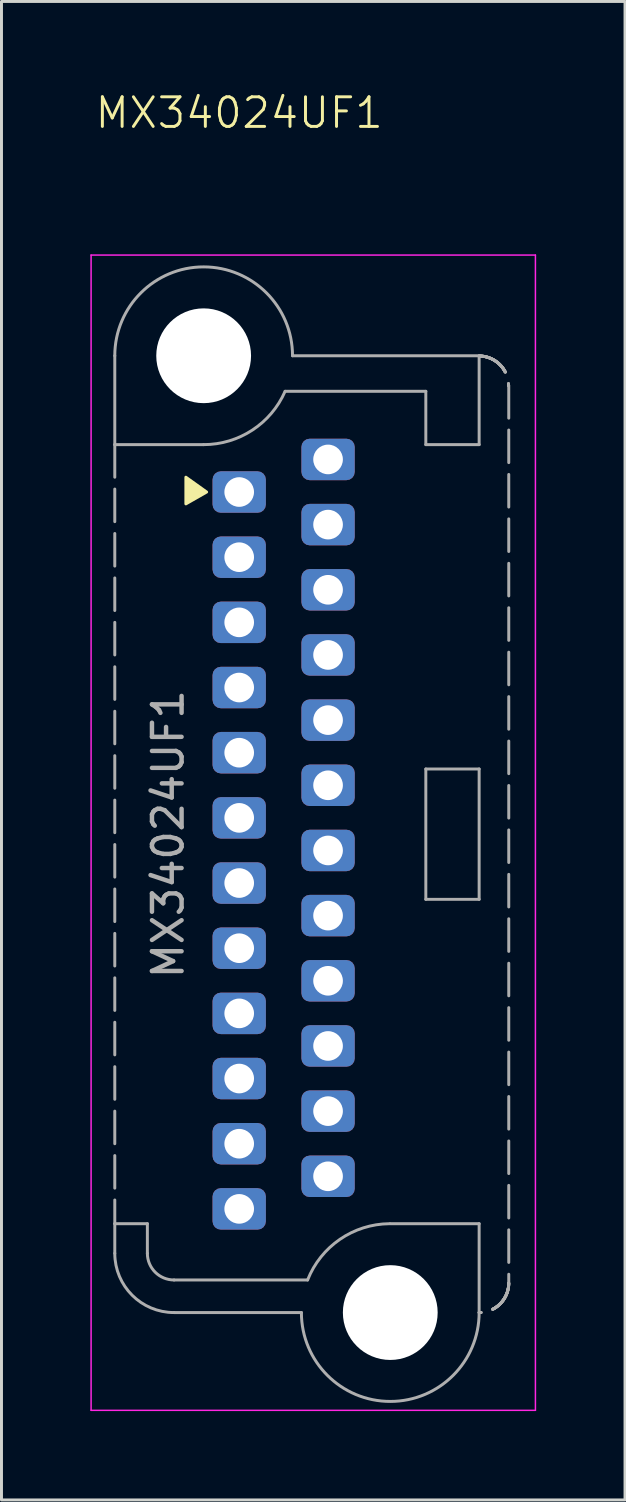
<source format=kicad_pcb>
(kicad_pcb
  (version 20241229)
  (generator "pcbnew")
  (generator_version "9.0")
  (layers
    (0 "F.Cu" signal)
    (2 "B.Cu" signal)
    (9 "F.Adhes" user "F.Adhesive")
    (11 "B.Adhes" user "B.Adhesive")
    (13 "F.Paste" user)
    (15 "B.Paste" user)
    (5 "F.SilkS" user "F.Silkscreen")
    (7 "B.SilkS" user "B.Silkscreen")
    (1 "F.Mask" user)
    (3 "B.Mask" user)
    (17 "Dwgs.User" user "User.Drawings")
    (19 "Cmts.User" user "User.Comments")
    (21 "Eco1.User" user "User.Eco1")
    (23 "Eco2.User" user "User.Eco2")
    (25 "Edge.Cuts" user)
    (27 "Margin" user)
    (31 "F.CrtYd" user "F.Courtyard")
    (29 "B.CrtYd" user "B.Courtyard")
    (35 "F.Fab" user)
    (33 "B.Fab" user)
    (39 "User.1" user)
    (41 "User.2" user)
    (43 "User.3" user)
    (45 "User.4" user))
  (footprint "MX34024UF1"
    (layer "F.Cu")
    (at 5.025 13.56)
    (property "Reference" "MX34024UF1" (at 0 -12.8 0) (unlocked yes) (layer "F.SilkS") (effects (font (size 1 1) (thickness 0.1))))
    (attr through_hole)
    (fp_poly (pts (xy -1.1 0) (xy -1.8 -0.5) (xy -1.8 0.4)) (stroke (width 0.1) (type solid)) (fill yes) (layer "F.SilkS"))
    (fp_line (start -5 -8) (end 10 -8) (stroke (width 0.05) (type default)) (layer "F.CrtYd"))
    (fp_line (start -5 31) (end -5 -8) (stroke (width 0.05) (type default)) (layer "F.CrtYd"))
    (fp_line (start 10 -8) (end 10 31) (stroke (width 0.05) (type default)) (layer "F.CrtYd"))
    (fp_line (start 10 31) (end -5 31) (stroke (width 0.05) (type default)) (layer "F.CrtYd"))
    (fp_line (start -4.2 -4.6) (end -4.2 -1.6) (stroke (width 0.1) (type default)) (layer "F.Fab"))
    (fp_line (start -4.2 -1.6) (end -4.2 24.7) (stroke (width 0.1) (type dash)) (layer "F.Fab"))
    (fp_line (start -4.2 -1.6) (end -1.2 -1.6) (stroke (width 0.1) (type default)) (layer "F.Fab"))
    (fp_line (start -4.2 24.7) (end -4.2 25.7) (stroke (width 0.1) (type solid)) (layer "F.Fab"))
    (fp_line (start -3.1 24.7) (end -4.2 24.7) (stroke (width 0.1) (type solid)) (layer "F.Fab"))
    (fp_line (start -3.1 24.7) (end -3.1 25.7) (stroke (width 0.1) (type solid)) (layer "F.Fab"))
    (fp_line (start 1.8 -4.6) (end 8.1 -4.6) (stroke (width 0.1) (type default)) (layer "F.Fab"))
    (fp_line (start 2.1 27.7) (end -2.2 27.7) (stroke (width 0.1) (type solid)) (layer "F.Fab"))
    (fp_line (start 2.309 26.6) (end -2.2 26.6) (stroke (width 0.1) (type solid)) (layer "F.Fab"))
    (fp_line (start 6.3 -3.4) (end 1.55 -3.4) (stroke (width 0.1) (type default)) (layer "F.Fab"))
    (fp_line (start 6.3 -3.4) (end 6.3 -1.6) (stroke (width 0.1) (type default)) (layer "F.Fab"))
    (fp_line (start 6.3 9.35) (end 8.1 9.35) (stroke (width 0.1) (type default)) (layer "F.Fab"))
    (fp_line (start 6.3 13.75) (end 6.3 9.35) (stroke (width 0.1) (type default)) (layer "F.Fab"))
    (fp_line (start 8.1 -4.6) (end 8.1 -1.6) (stroke (width 0.1) (type default)) (layer "F.Fab"))
    (fp_line (start 8.1 -1.6) (end 6.3 -1.6) (stroke (width 0.1) (type default)) (layer "F.Fab"))
    (fp_line (start 8.1 9.35) (end 8.1 13.75) (stroke (width 0.1) (type default)) (layer "F.Fab"))
    (fp_line (start 8.1 13.75) (end 6.3 13.75) (stroke (width 0.1) (type default)) (layer "F.Fab"))
    (fp_line (start 8.1 24.7) (end 5.1 24.7) (stroke (width 0.1) (type solid)) (layer "F.Fab"))
    (fp_line (start 8.1 27.7) (end 8.1 24.7) (stroke (width 0.1) (type solid)) (layer "F.Fab"))
    (fp_line (start 9.1 -3.593) (end 9.1 26.7) (stroke (width 0.1) (type dash)) (layer "F.Fab"))
    (fp_arc (start -4.2 -4.6) (mid -1.2 -7.6) (end 1.8 -4.6) (stroke (width 0.1) (type default)) (layer "F.Fab"))
    (fp_arc (start -2.2 26.6) (mid -2.836396 26.336396) (end -3.1 25.7) (stroke (width 0.1) (type solid)) (layer "F.Fab"))
    (fp_arc (start -2.2 27.7) (mid -3.614214 27.114214) (end -4.2 25.7) (stroke (width 0.1) (type solid)) (layer "F.Fab"))
    (fp_arc (start 1.549545 -3.4) (mid 0.443167 -2.09002) (end -1.2 -1.6) (stroke (width 0.1) (type default)) (layer "F.Fab"))
    (fp_arc (start 2.308944 26.6) (mid 3.401222 25.22732) (end 5.074354 24.700111) (stroke (width 0.1) (type solid)) (layer "F.Fab"))
    (fp_arc (start 8.092893 -4.592893) (mid 8.8 -4.3) (end 9.092893 -3.592893) (stroke (width 0.1) (type dash)) (layer "F.Fab"))
    (fp_arc (start 8.1 27.7) (mid 5.1 30.7) (end 2.1 27.7) (stroke (width 0.1) (type default)) (layer "F.Fab"))
    (fp_arc (start 9.1 26.7) (mid 8.807107 27.407107) (end 8.1 27.7) (stroke (width 0.1) (type dash)) (layer "F.Fab"))
    (fp_text user "${REFERENCE}" (at -2.4 11.55 90) (unlocked yes) (layer "F.Fab") (effects (font (size 1 1) (thickness 0.15))))
    (pad "" np_thru_hole circle (at -1.2 -4.6) (size 3.2 3.2) (drill 3.2) (layers "*.Cu" "*.Mask"))
    (pad "" np_thru_hole circle (at 5.1 27.7) (size 3.2 3.2) (drill 3.2) (layers "*.Cu" "*.Mask"))
    (pad "1" thru_hole roundrect (at 0 0) (size 1.8 1.4) (drill 1) (layers "*.Cu" "*.Mask") (roundrect_rratio 0.2))
    (pad "2" thru_hole roundrect (at 0 2.2) (size 1.8 1.4) (drill 1) (layers "*.Cu" "*.Mask") (roundrect_rratio 0.2))
    (pad "3" thru_hole roundrect (at 0 4.4) (size 1.8 1.4) (drill 1) (layers "*.Cu" "*.Mask") (roundrect_rratio 0.2))
    (pad "4" thru_hole roundrect (at 0 6.6) (size 1.8 1.4) (drill 1) (layers "*.Cu" "*.Mask") (roundrect_rratio 0.2))
    (pad "5" thru_hole roundrect (at 0 8.8) (size 1.8 1.4) (drill 1) (layers "*.Cu" "*.Mask") (roundrect_rratio 0.2))
    (pad "6" thru_hole roundrect (at 0 11) (size 1.8 1.4) (drill 1) (layers "*.Cu" "*.Mask") (roundrect_rratio 0.2))
    (pad "7" thru_hole roundrect (at 0 13.2) (size 1.8 1.4) (drill 1) (layers "*.Cu" "*.Mask") (roundrect_rratio 0.2))
    (pad "8" thru_hole roundrect (at 0 15.4) (size 1.8 1.4) (drill 1) (layers "*.Cu" "*.Mask") (roundrect_rratio 0.2))
    (pad "9" thru_hole roundrect (at 0 17.6) (size 1.8 1.4) (drill 1) (layers "*.Cu" "*.Mask") (roundrect_rratio 0.2))
    (pad "10" thru_hole roundrect (at 0 19.8) (size 1.8 1.4) (drill 1) (layers "*.Cu" "*.Mask") (roundrect_rratio 0.2))
    (pad "11" thru_hole roundrect (at 0 22) (size 1.8 1.4) (drill 1) (layers "*.Cu" "*.Mask") (roundrect_rratio 0.2))
    (pad "12" thru_hole roundrect (at 0 24.2) (size 1.8 1.4) (drill 1) (layers "*.Cu" "*.Mask") (roundrect_rratio 0.2))
    (pad "13" thru_hole roundrect (at 3 -1.1) (size 1.8 1.4) (drill 1) (layers "*.Cu" "*.Mask") (roundrect_rratio 0.2))
    (pad "14" thru_hole roundrect (at 3 1.1) (size 1.8 1.4) (drill 1) (layers "*.Cu" "*.Mask") (roundrect_rratio 0.2))
    (pad "15" thru_hole roundrect (at 3 3.3) (size 1.8 1.4) (drill 1) (layers "*.Cu" "*.Mask") (roundrect_rratio 0.2))
    (pad "16" thru_hole roundrect (at 3 5.5) (size 1.8 1.4) (drill 1) (layers "*.Cu" "*.Mask") (roundrect_rratio 0.2))
    (pad "17" thru_hole roundrect (at 3 7.7) (size 1.8 1.4) (drill 1) (layers "*.Cu" "*.Mask") (roundrect_rratio 0.2))
    (pad "18" thru_hole roundrect (at 3 9.9) (size 1.8 1.4) (drill 1) (layers "*.Cu" "*.Mask") (roundrect_rratio 0.2))
    (pad "19" thru_hole roundrect (at 3 12.1) (size 1.8 1.4) (drill 1) (layers "*.Cu" "*.Mask") (roundrect_rratio 0.2))
    (pad "20" thru_hole roundrect (at 3 14.3) (size 1.8 1.4) (drill 1) (layers "*.Cu" "*.Mask") (roundrect_rratio 0.2))
    (pad "21" thru_hole roundrect (at 3 16.5) (size 1.8 1.4) (drill 1) (layers "*.Cu" "*.Mask") (roundrect_rratio 0.2))
    (pad "22" thru_hole roundrect (at 3 18.7) (size 1.8 1.4) (drill 1) (layers "*.Cu" "*.Mask") (roundrect_rratio 0.2))
    (pad "23" thru_hole roundrect (at 3 20.9) (size 1.8 1.4) (drill 1) (layers "*.Cu" "*.Mask") (roundrect_rratio 0.2))
    (pad "24" thru_hole roundrect (at 3 23.1) (size 1.8 1.4) (drill 1) (layers "*.Cu" "*.Mask") (roundrect_rratio 0.2)))
  (gr_rect
    (start -3 -3)
    (end 18.05 47.586)
    (stroke (width 0.1) (type default))
    (fill no)
    (layer "Edge.Cuts")))
</source>
